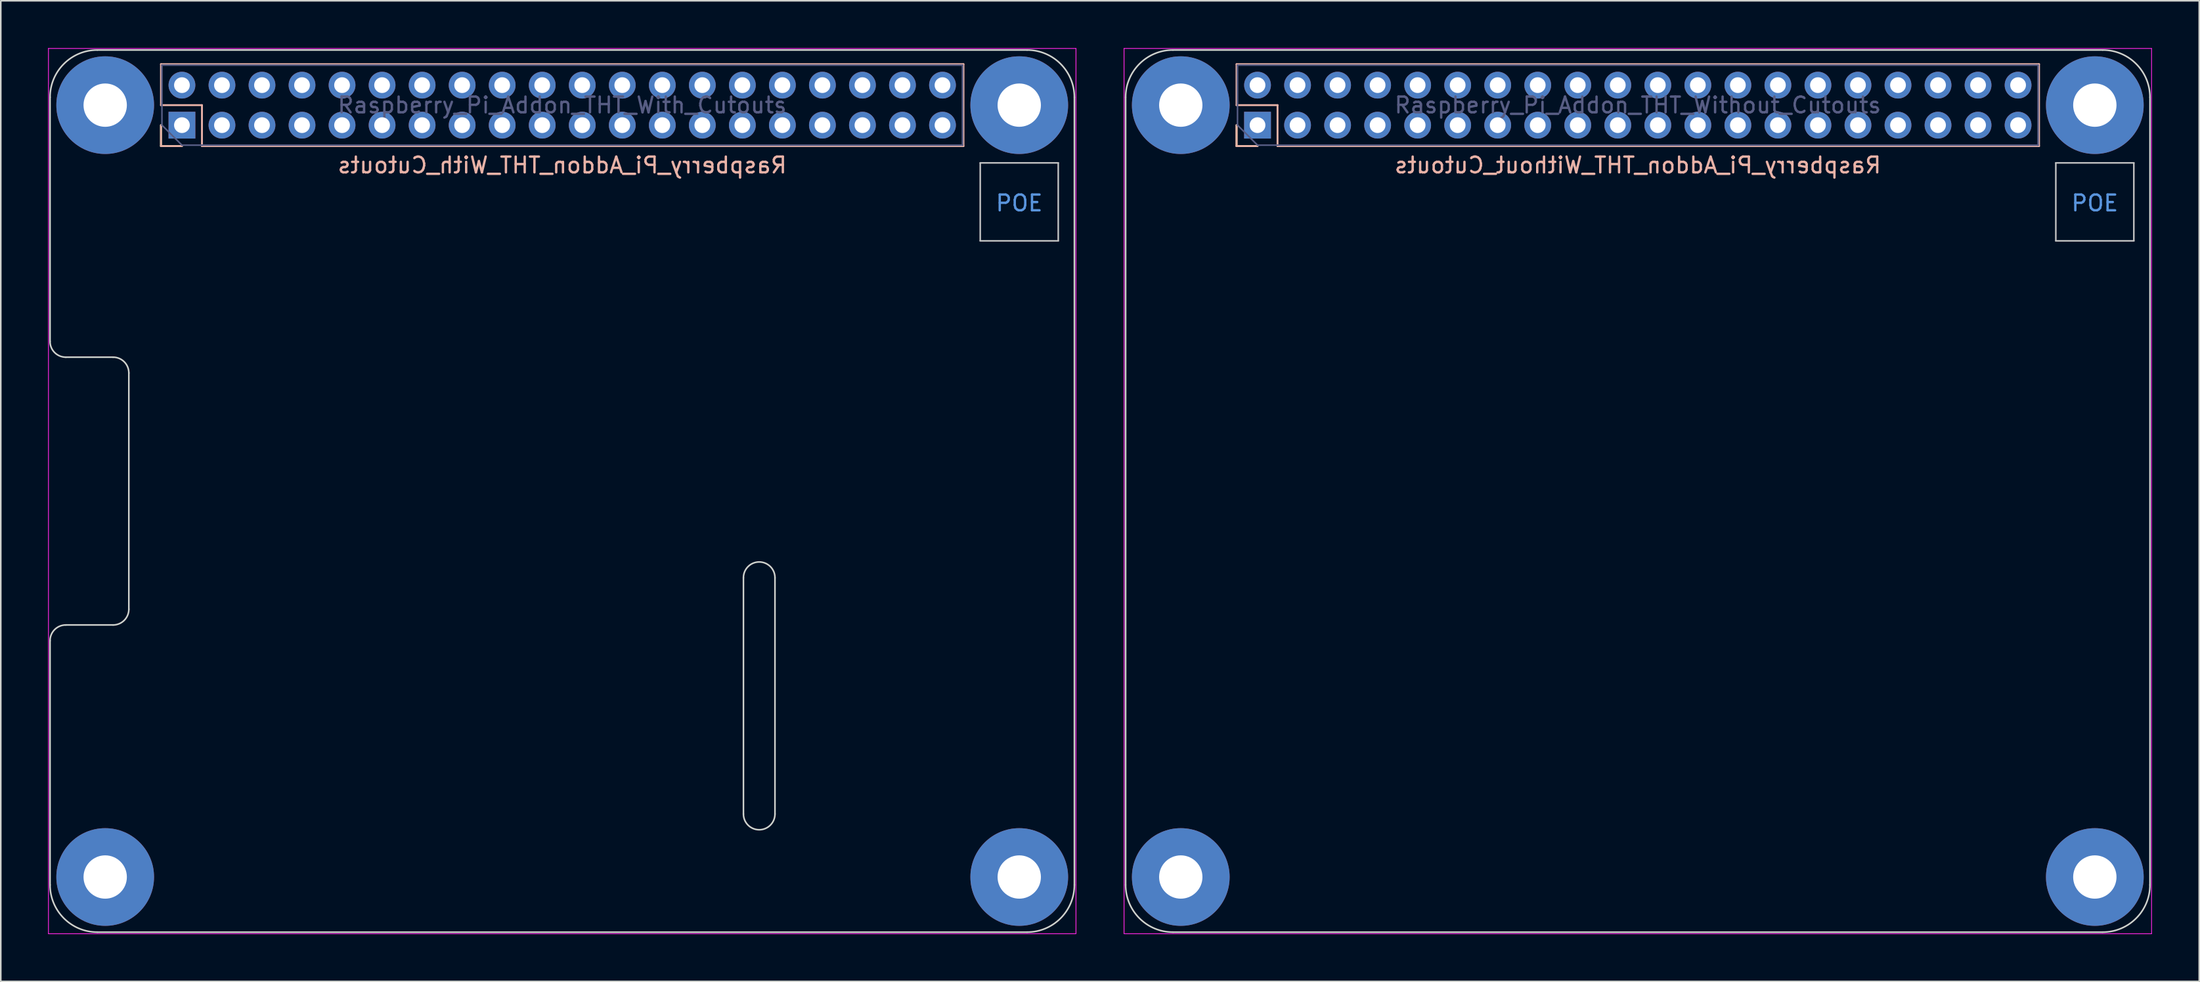
<source format=kicad_pcb>
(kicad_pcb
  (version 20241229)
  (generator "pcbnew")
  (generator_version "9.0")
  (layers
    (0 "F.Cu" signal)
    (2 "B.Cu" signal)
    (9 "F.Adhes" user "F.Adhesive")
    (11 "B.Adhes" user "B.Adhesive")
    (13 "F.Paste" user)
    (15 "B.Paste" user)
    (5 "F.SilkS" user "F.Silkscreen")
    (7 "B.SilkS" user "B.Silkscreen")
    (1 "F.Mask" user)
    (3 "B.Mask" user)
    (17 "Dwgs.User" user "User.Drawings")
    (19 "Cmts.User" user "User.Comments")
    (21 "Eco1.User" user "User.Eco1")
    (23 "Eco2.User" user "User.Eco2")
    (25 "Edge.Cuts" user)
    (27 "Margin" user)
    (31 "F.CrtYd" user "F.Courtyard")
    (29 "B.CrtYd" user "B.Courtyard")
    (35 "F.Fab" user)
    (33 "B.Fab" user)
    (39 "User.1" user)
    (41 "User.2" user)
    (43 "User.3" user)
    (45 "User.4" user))
  (footprint "Raspberry_Pi_Addon_THT_With_Cutouts"
    (layer "F.Cu")
    (at 8.495 4.895)
    (property "Reference" "Raspberry_Pi_Addon_THT_With_Cutouts" (at 24.13 2.54 0) (layer "B.SilkS") (effects (font (size 1 1) (thickness 0.15)) (justify mirror)))
    (attr through_hole)
    (fp_line (start -1.33 1.33) (end -1.33 0) (stroke (width 0.12) (type solid)) (layer "F.SilkS"))
    (fp_line (start 0 1.33) (end -1.33 1.33) (stroke (width 0.12) (type solid)) (layer "F.SilkS"))
    (fp_line (start -1.33 -3.87) (end 49.59 -3.87) (stroke (width 0.12) (type solid)) (layer "B.SilkS"))
    (fp_line (start -1.33 -1.27) (end -1.33 -3.87) (stroke (width 0.12) (type solid)) (layer "B.SilkS"))
    (fp_line (start -1.33 1.33) (end -1.33 0) (stroke (width 0.12) (type solid)) (layer "B.SilkS"))
    (fp_line (start 0 1.33) (end -1.33 1.33) (stroke (width 0.12) (type solid)) (layer "B.SilkS"))
    (fp_line (start 1.27 -1.27) (end -1.33 -1.27) (stroke (width 0.12) (type solid)) (layer "B.SilkS"))
    (fp_line (start 1.27 1.33) (end 1.27 -1.27) (stroke (width 0.12) (type solid)) (layer "B.SilkS"))
    (fp_line (start 1.27 1.33) (end 49.59 1.33) (stroke (width 0.12) (type solid)) (layer "B.SilkS"))
    (fp_line (start 49.59 1.33) (end 49.59 -3.87) (stroke (width 0.12) (type solid)) (layer "B.SilkS"))
    (fp_line (start 50.655 2.395) (end 55.605 2.395) (stroke (width 0.1) (type solid)) (layer "Dwgs.User"))
    (fp_line (start 50.655 7.345) (end 50.655 2.395) (stroke (width 0.1) (type solid)) (layer "Dwgs.User"))
    (fp_line (start 55.605 2.395) (end 55.605 7.345) (stroke (width 0.1) (type solid)) (layer "Dwgs.User"))
    (fp_line (start 55.605 7.345) (end 50.655 7.345) (stroke (width 0.1) (type solid)) (layer "Dwgs.User"))
    (fp_line (start -8.37 13.73) (end -8.37 -1.77) (stroke (width 0.1) (type solid)) (layer "Edge.Cuts"))
    (fp_line (start -8.37 48.23) (end -8.37 32.73) (stroke (width 0.1) (type solid)) (layer "Edge.Cuts"))
    (fp_line (start -7.37 14.73) (end -4.37 14.73) (stroke (width 0.1) (type solid)) (layer "Edge.Cuts"))
    (fp_line (start -7.37 31.73) (end -4.37 31.73) (stroke (width 0.1) (type solid)) (layer "Edge.Cuts"))
    (fp_line (start -5.37 -4.77) (end 53.63 -4.77) (stroke (width 0.1) (type solid)) (layer "Edge.Cuts"))
    (fp_line (start -3.37 30.73) (end -3.37 15.73) (stroke (width 0.1) (type solid)) (layer "Edge.Cuts"))
    (fp_line (start 35.63 28.73) (end 35.63 43.73) (stroke (width 0.1) (type solid)) (layer "Edge.Cuts"))
    (fp_line (start 37.63 28.73) (end 37.63 43.73) (stroke (width 0.1) (type solid)) (layer "Edge.Cuts"))
    (fp_line (start 53.63 51.23) (end -5.37 51.23) (stroke (width 0.1) (type solid)) (layer "Edge.Cuts"))
    (fp_line (start 56.63 -1.77) (end 56.63 48.23) (stroke (width 0.1) (type solid)) (layer "Edge.Cuts"))
    (fp_arc (start -8.37 -1.77) (mid -7.49132 -3.89132) (end -5.37 -4.77) (stroke (width 0.1) (type solid)) (layer "Edge.Cuts"))
    (fp_arc (start -8.37 32.73) (mid -8.077107 32.022893) (end -7.37 31.73) (stroke (width 0.1) (type solid)) (layer "Edge.Cuts"))
    (fp_arc (start -7.37 14.73) (mid -8.077107 14.437107) (end -8.37 13.73) (stroke (width 0.1) (type solid)) (layer "Edge.Cuts"))
    (fp_arc (start -5.37 51.23) (mid -7.49132 50.35132) (end -8.37 48.23) (stroke (width 0.1) (type solid)) (layer "Edge.Cuts"))
    (fp_arc (start -4.37 14.73) (mid -3.662893 15.022893) (end -3.37 15.73) (stroke (width 0.1) (type solid)) (layer "Edge.Cuts"))
    (fp_arc (start -3.37 30.73) (mid -3.662893 31.437107) (end -4.37 31.73) (stroke (width 0.1) (type solid)) (layer "Edge.Cuts"))
    (fp_arc (start 35.63 28.73) (mid 36.63 27.73) (end 37.63 28.73) (stroke (width 0.1) (type solid)) (layer "Edge.Cuts"))
    (fp_arc (start 37.63 43.73) (mid 36.63 44.73) (end 35.63 43.73) (stroke (width 0.1) (type solid)) (layer "Edge.Cuts"))
    (fp_arc (start 53.63 -4.77) (mid 55.75132 -3.89132) (end 56.63 -1.77) (stroke (width 0.1) (type solid)) (layer "Edge.Cuts"))
    (fp_arc (start 56.63 48.23) (mid 55.75132 50.35132) (end 53.63 51.23) (stroke (width 0.1) (type solid)) (layer "Edge.Cuts"))
    (fp_line (start -8.47 -4.87) (end -8.47 51.33) (stroke (width 0.05) (type solid)) (layer "F.CrtYd"))
    (fp_line (start -8.47 -4.87) (end 56.73 -4.87) (stroke (width 0.05) (type solid)) (layer "F.CrtYd"))
    (fp_line (start 56.73 51.33) (end -8.47 51.33) (stroke (width 0.05) (type solid)) (layer "F.CrtYd"))
    (fp_line (start 56.73 51.33) (end 56.73 -4.87) (stroke (width 0.05) (type solid)) (layer "F.CrtYd"))
    (fp_line (start -1.27 -3.81) (end 49.53 -3.81) (stroke (width 0.1) (type solid)) (layer "B.Fab"))
    (fp_line (start -1.27 0) (end -1.27 -3.81) (stroke (width 0.1) (type solid)) (layer "B.Fab"))
    (fp_line (start 0 1.27) (end -1.27 0) (stroke (width 0.1) (type solid)) (layer "B.Fab"))
    (fp_line (start 49.53 -3.81) (end 49.53 1.27) (stroke (width 0.1) (type solid)) (layer "B.Fab"))
    (fp_line (start 49.53 1.27) (end 0 1.27) (stroke (width 0.1) (type solid)) (layer "B.Fab"))
    (fp_text user "POE" (at 53.13 4.95 0) (layer "Cmts.User") (effects (font (size 1 1) (thickness 0.15))))
    (fp_text user "${REFERENCE}" (at 24.13 -1.27 0) (layer "B.Fab") (effects (font (size 1 1) (thickness 0.15))))
    (pad "" np_thru_hole circle (at -4.87 -1.27) (size 6.2 6.2) (drill 2.75) (layers "*.Cu" "*.Mask"))
    (pad "" np_thru_hole circle (at -4.87 47.73) (size 6.2 6.2) (drill 2.75) (layers "*.Cu" "*.Mask"))
    (pad "" np_thru_hole circle (at 53.13 -1.27) (size 6.2 6.2) (drill 2.75) (layers "*.Cu" "*.Mask"))
    (pad "" np_thru_hole circle (at 53.13 47.73) (size 6.2 6.2) (drill 2.75) (layers "*.Cu" "*.Mask"))
    (pad "1" thru_hole rect (at 0 0 90) (size 1.7 1.7) (drill 1) (layers "*.Cu" "*.Mask"))
    (pad "2" thru_hole oval (at 0 -2.54 90) (size 1.7 1.7) (drill 1) (layers "*.Cu" "*.Mask"))
    (pad "3" thru_hole oval (at 2.54 0 90) (size 1.7 1.7) (drill 1) (layers "*.Cu" "*.Mask"))
    (pad "4" thru_hole oval (at 2.54 -2.54 90) (size 1.7 1.7) (drill 1) (layers "*.Cu" "*.Mask"))
    (pad "5" thru_hole oval (at 5.08 0 90) (size 1.7 1.7) (drill 1) (layers "*.Cu" "*.Mask"))
    (pad "6" thru_hole oval (at 5.08 -2.54 90) (size 1.7 1.7) (drill 1) (layers "*.Cu" "*.Mask"))
    (pad "7" thru_hole oval (at 7.62 0 90) (size 1.7 1.7) (drill 1) (layers "*.Cu" "*.Mask"))
    (pad "8" thru_hole oval (at 7.62 -2.54 90) (size 1.7 1.7) (drill 1) (layers "*.Cu" "*.Mask"))
    (pad "9" thru_hole oval (at 10.16 0 90) (size 1.7 1.7) (drill 1) (layers "*.Cu" "*.Mask"))
    (pad "10" thru_hole oval (at 10.16 -2.54 90) (size 1.7 1.7) (drill 1) (layers "*.Cu" "*.Mask"))
    (pad "11" thru_hole oval (at 12.7 0 90) (size 1.7 1.7) (drill 1) (layers "*.Cu" "*.Mask"))
    (pad "12" thru_hole oval (at 12.7 -2.54 90) (size 1.7 1.7) (drill 1) (layers "*.Cu" "*.Mask"))
    (pad "13" thru_hole oval (at 15.24 0 90) (size 1.7 1.7) (drill 1) (layers "*.Cu" "*.Mask"))
    (pad "14" thru_hole oval (at 15.24 -2.54 90) (size 1.7 1.7) (drill 1) (layers "*.Cu" "*.Mask"))
    (pad "15" thru_hole oval (at 17.78 0 90) (size 1.7 1.7) (drill 1) (layers "*.Cu" "*.Mask"))
    (pad "16" thru_hole oval (at 17.78 -2.54 90) (size 1.7 1.7) (drill 1) (layers "*.Cu" "*.Mask"))
    (pad "17" thru_hole oval (at 20.32 0 90) (size 1.7 1.7) (drill 1) (layers "*.Cu" "*.Mask"))
    (pad "18" thru_hole oval (at 20.32 -2.54 90) (size 1.7 1.7) (drill 1) (layers "*.Cu" "*.Mask"))
    (pad "19" thru_hole oval (at 22.86 0 90) (size 1.7 1.7) (drill 1) (layers "*.Cu" "*.Mask"))
    (pad "20" thru_hole oval (at 22.86 -2.54 90) (size 1.7 1.7) (drill 1) (layers "*.Cu" "*.Mask"))
    (pad "21" thru_hole oval (at 25.4 0 90) (size 1.7 1.7) (drill 1) (layers "*.Cu" "*.Mask"))
    (pad "22" thru_hole oval (at 25.4 -2.54 90) (size 1.7 1.7) (drill 1) (layers "*.Cu" "*.Mask"))
    (pad "23" thru_hole oval (at 27.94 0 90) (size 1.7 1.7) (drill 1) (layers "*.Cu" "*.Mask"))
    (pad "24" thru_hole oval (at 27.94 -2.54 90) (size 1.7 1.7) (drill 1) (layers "*.Cu" "*.Mask"))
    (pad "25" thru_hole oval (at 30.48 0 90) (size 1.7 1.7) (drill 1) (layers "*.Cu" "*.Mask"))
    (pad "26" thru_hole oval (at 30.48 -2.54 90) (size 1.7 1.7) (drill 1) (layers "*.Cu" "*.Mask"))
    (pad "27" thru_hole oval (at 33.02 0 90) (size 1.7 1.7) (drill 1) (layers "*.Cu" "*.Mask"))
    (pad "28" thru_hole oval (at 33.02 -2.54 90) (size 1.7 1.7) (drill 1) (layers "*.Cu" "*.Mask"))
    (pad "29" thru_hole oval (at 35.56 0 90) (size 1.7 1.7) (drill 1) (layers "*.Cu" "*.Mask"))
    (pad "30" thru_hole oval (at 35.56 -2.54 90) (size 1.7 1.7) (drill 1) (layers "*.Cu" "*.Mask"))
    (pad "31" thru_hole oval (at 38.1 0 90) (size 1.7 1.7) (drill 1) (layers "*.Cu" "*.Mask"))
    (pad "32" thru_hole oval (at 38.1 -2.54 90) (size 1.7 1.7) (drill 1) (layers "*.Cu" "*.Mask"))
    (pad "33" thru_hole oval (at 40.64 0 90) (size 1.7 1.7) (drill 1) (layers "*.Cu" "*.Mask"))
    (pad "34" thru_hole oval (at 40.64 -2.54 90) (size 1.7 1.7) (drill 1) (layers "*.Cu" "*.Mask"))
    (pad "35" thru_hole oval (at 43.18 0 90) (size 1.7 1.7) (drill 1) (layers "*.Cu" "*.Mask"))
    (pad "36" thru_hole oval (at 43.18 -2.54 90) (size 1.7 1.7) (drill 1) (layers "*.Cu" "*.Mask"))
    (pad "37" thru_hole oval (at 45.72 0 90) (size 1.7 1.7) (drill 1) (layers "*.Cu" "*.Mask"))
    (pad "38" thru_hole oval (at 45.72 -2.54 90) (size 1.7 1.7) (drill 1) (layers "*.Cu" "*.Mask"))
    (pad "39" thru_hole oval (at 48.26 0 90) (size 1.7 1.7) (drill 1) (layers "*.Cu" "*.Mask"))
    (pad "40" thru_hole oval (at 48.26 -2.54 90) (size 1.7 1.7) (drill 1) (layers "*.Cu" "*.Mask")))
  (footprint "Raspberry_Pi_Addon_THT_Without_Cutouts"
    (layer "F.Cu")
    (at 76.745 4.895)
    (property "Reference" "Raspberry_Pi_Addon_THT_Without_Cutouts" (at 24.13 2.54 0) (layer "B.SilkS") (effects (font (size 1 1) (thickness 0.15)) (justify mirror)))
    (attr through_hole)
    (fp_line (start -1.33 1.33) (end -1.33 0) (stroke (width 0.12) (type solid)) (layer "F.SilkS"))
    (fp_line (start 0 1.33) (end -1.33 1.33) (stroke (width 0.12) (type solid)) (layer "F.SilkS"))
    (fp_line (start -1.33 -3.87) (end 49.59 -3.87) (stroke (width 0.12) (type solid)) (layer "B.SilkS"))
    (fp_line (start -1.33 -1.27) (end -1.33 -3.87) (stroke (width 0.12) (type solid)) (layer "B.SilkS"))
    (fp_line (start -1.33 1.33) (end -1.33 0) (stroke (width 0.12) (type solid)) (layer "B.SilkS"))
    (fp_line (start 0 1.33) (end -1.33 1.33) (stroke (width 0.12) (type solid)) (layer "B.SilkS"))
    (fp_line (start 1.27 -1.27) (end -1.33 -1.27) (stroke (width 0.12) (type solid)) (layer "B.SilkS"))
    (fp_line (start 1.27 1.33) (end 1.27 -1.27) (stroke (width 0.12) (type solid)) (layer "B.SilkS"))
    (fp_line (start 1.27 1.33) (end 49.59 1.33) (stroke (width 0.12) (type solid)) (layer "B.SilkS"))
    (fp_line (start 49.59 1.33) (end 49.59 -3.87) (stroke (width 0.12) (type solid)) (layer "B.SilkS"))
    (fp_line (start 50.655 2.395) (end 55.605 2.395) (stroke (width 0.1) (type solid)) (layer "Dwgs.User"))
    (fp_line (start 50.655 7.345) (end 50.655 2.395) (stroke (width 0.1) (type solid)) (layer "Dwgs.User"))
    (fp_line (start 55.605 2.395) (end 55.605 7.345) (stroke (width 0.1) (type solid)) (layer "Dwgs.User"))
    (fp_line (start 55.605 7.345) (end 50.655 7.345) (stroke (width 0.1) (type solid)) (layer "Dwgs.User"))
    (fp_line (start -8.37 48.23) (end -8.37 -1.77) (stroke (width 0.1) (type solid)) (layer "Edge.Cuts"))
    (fp_line (start -5.37 -4.77) (end 53.63 -4.77) (stroke (width 0.1) (type solid)) (layer "Edge.Cuts"))
    (fp_line (start 53.63 51.23) (end -5.37 51.23) (stroke (width 0.1) (type solid)) (layer "Edge.Cuts"))
    (fp_line (start 56.63 -1.77) (end 56.63 48.23) (stroke (width 0.1) (type solid)) (layer "Edge.Cuts"))
    (fp_arc (start -8.37 -1.77) (mid -7.49132 -3.89132) (end -5.37 -4.77) (stroke (width 0.1) (type solid)) (layer "Edge.Cuts"))
    (fp_arc (start -5.37 51.23) (mid -7.49132 50.35132) (end -8.37 48.23) (stroke (width 0.1) (type solid)) (layer "Edge.Cuts"))
    (fp_arc (start 53.63 -4.77) (mid 55.75132 -3.89132) (end 56.63 -1.77) (stroke (width 0.1) (type solid)) (layer "Edge.Cuts"))
    (fp_arc (start 56.63 48.23) (mid 55.75132 50.35132) (end 53.63 51.23) (stroke (width 0.1) (type solid)) (layer "Edge.Cuts"))
    (fp_line (start -8.47 -4.87) (end -8.47 51.33) (stroke (width 0.05) (type solid)) (layer "F.CrtYd"))
    (fp_line (start -8.47 -4.87) (end 56.73 -4.87) (stroke (width 0.05) (type solid)) (layer "F.CrtYd"))
    (fp_line (start 56.73 51.33) (end -8.47 51.33) (stroke (width 0.05) (type solid)) (layer "F.CrtYd"))
    (fp_line (start 56.73 51.33) (end 56.73 -4.87) (stroke (width 0.05) (type solid)) (layer "F.CrtYd"))
    (fp_line (start -1.27 -3.81) (end 49.53 -3.81) (stroke (width 0.1) (type solid)) (layer "B.Fab"))
    (fp_line (start -1.27 0) (end -1.27 -3.81) (stroke (width 0.1) (type solid)) (layer "B.Fab"))
    (fp_line (start 0 1.27) (end -1.27 0) (stroke (width 0.1) (type solid)) (layer "B.Fab"))
    (fp_line (start 49.53 -3.81) (end 49.53 1.27) (stroke (width 0.1) (type solid)) (layer "B.Fab"))
    (fp_line (start 49.53 1.27) (end 0 1.27) (stroke (width 0.1) (type solid)) (layer "B.Fab"))
    (fp_text user "POE" (at 53.13 4.95 0) (layer "Cmts.User") (effects (font (size 1 1) (thickness 0.15))))
    (fp_text user "${REFERENCE}" (at 24.13 -1.27 0) (layer "B.Fab") (effects (font (size 1 1) (thickness 0.15))))
    (pad "" np_thru_hole circle (at -4.87 -1.27) (size 6.2 6.2) (drill 2.75) (layers "*.Cu" "*.Mask"))
    (pad "" np_thru_hole circle (at -4.87 47.73) (size 6.2 6.2) (drill 2.75) (layers "*.Cu" "*.Mask"))
    (pad "" np_thru_hole circle (at 53.13 -1.27) (size 6.2 6.2) (drill 2.75) (layers "*.Cu" "*.Mask"))
    (pad "" np_thru_hole circle (at 53.13 47.73) (size 6.2 6.2) (drill 2.75) (layers "*.Cu" "*.Mask"))
    (pad "1" thru_hole rect (at 0 0 90) (size 1.7 1.7) (drill 1) (layers "*.Cu" "*.Mask"))
    (pad "2" thru_hole oval (at 0 -2.54 90) (size 1.7 1.7) (drill 1) (layers "*.Cu" "*.Mask"))
    (pad "3" thru_hole oval (at 2.54 0 90) (size 1.7 1.7) (drill 1) (layers "*.Cu" "*.Mask"))
    (pad "4" thru_hole oval (at 2.54 -2.54 90) (size 1.7 1.7) (drill 1) (layers "*.Cu" "*.Mask"))
    (pad "5" thru_hole oval (at 5.08 0 90) (size 1.7 1.7) (drill 1) (layers "*.Cu" "*.Mask"))
    (pad "6" thru_hole oval (at 5.08 -2.54 90) (size 1.7 1.7) (drill 1) (layers "*.Cu" "*.Mask"))
    (pad "7" thru_hole oval (at 7.62 0 90) (size 1.7 1.7) (drill 1) (layers "*.Cu" "*.Mask"))
    (pad "8" thru_hole oval (at 7.62 -2.54 90) (size 1.7 1.7) (drill 1) (layers "*.Cu" "*.Mask"))
    (pad "9" thru_hole oval (at 10.16 0 90) (size 1.7 1.7) (drill 1) (layers "*.Cu" "*.Mask"))
    (pad "10" thru_hole oval (at 10.16 -2.54 90) (size 1.7 1.7) (drill 1) (layers "*.Cu" "*.Mask"))
    (pad "11" thru_hole oval (at 12.7 0 90) (size 1.7 1.7) (drill 1) (layers "*.Cu" "*.Mask"))
    (pad "12" thru_hole oval (at 12.7 -2.54 90) (size 1.7 1.7) (drill 1) (layers "*.Cu" "*.Mask"))
    (pad "13" thru_hole oval (at 15.24 0 90) (size 1.7 1.7) (drill 1) (layers "*.Cu" "*.Mask"))
    (pad "14" thru_hole oval (at 15.24 -2.54 90) (size 1.7 1.7) (drill 1) (layers "*.Cu" "*.Mask"))
    (pad "15" thru_hole oval (at 17.78 0 90) (size 1.7 1.7) (drill 1) (layers "*.Cu" "*.Mask"))
    (pad "16" thru_hole oval (at 17.78 -2.54 90) (size 1.7 1.7) (drill 1) (layers "*.Cu" "*.Mask"))
    (pad "17" thru_hole oval (at 20.32 0 90) (size 1.7 1.7) (drill 1) (layers "*.Cu" "*.Mask"))
    (pad "18" thru_hole oval (at 20.32 -2.54 90) (size 1.7 1.7) (drill 1) (layers "*.Cu" "*.Mask"))
    (pad "19" thru_hole oval (at 22.86 0 90) (size 1.7 1.7) (drill 1) (layers "*.Cu" "*.Mask"))
    (pad "20" thru_hole oval (at 22.86 -2.54 90) (size 1.7 1.7) (drill 1) (layers "*.Cu" "*.Mask"))
    (pad "21" thru_hole oval (at 25.4 0 90) (size 1.7 1.7) (drill 1) (layers "*.Cu" "*.Mask"))
    (pad "22" thru_hole oval (at 25.4 -2.54 90) (size 1.7 1.7) (drill 1) (layers "*.Cu" "*.Mask"))
    (pad "23" thru_hole oval (at 27.94 0 90) (size 1.7 1.7) (drill 1) (layers "*.Cu" "*.Mask"))
    (pad "24" thru_hole oval (at 27.94 -2.54 90) (size 1.7 1.7) (drill 1) (layers "*.Cu" "*.Mask"))
    (pad "25" thru_hole oval (at 30.48 0 90) (size 1.7 1.7) (drill 1) (layers "*.Cu" "*.Mask"))
    (pad "26" thru_hole oval (at 30.48 -2.54 90) (size 1.7 1.7) (drill 1) (layers "*.Cu" "*.Mask"))
    (pad "27" thru_hole oval (at 33.02 0 90) (size 1.7 1.7) (drill 1) (layers "*.Cu" "*.Mask"))
    (pad "28" thru_hole oval (at 33.02 -2.54 90) (size 1.7 1.7) (drill 1) (layers "*.Cu" "*.Mask"))
    (pad "29" thru_hole oval (at 35.56 0 90) (size 1.7 1.7) (drill 1) (layers "*.Cu" "*.Mask"))
    (pad "30" thru_hole oval (at 35.56 -2.54 90) (size 1.7 1.7) (drill 1) (layers "*.Cu" "*.Mask"))
    (pad "31" thru_hole oval (at 38.1 0 90) (size 1.7 1.7) (drill 1) (layers "*.Cu" "*.Mask"))
    (pad "32" thru_hole oval (at 38.1 -2.54 90) (size 1.7 1.7) (drill 1) (layers "*.Cu" "*.Mask"))
    (pad "33" thru_hole oval (at 40.64 0 90) (size 1.7 1.7) (drill 1) (layers "*.Cu" "*.Mask"))
    (pad "34" thru_hole oval (at 40.64 -2.54 90) (size 1.7 1.7) (drill 1) (layers "*.Cu" "*.Mask"))
    (pad "35" thru_hole oval (at 43.18 0 90) (size 1.7 1.7) (drill 1) (layers "*.Cu" "*.Mask"))
    (pad "36" thru_hole oval (at 43.18 -2.54 90) (size 1.7 1.7) (drill 1) (layers "*.Cu" "*.Mask"))
    (pad "37" thru_hole oval (at 45.72 0 90) (size 1.7 1.7) (drill 1) (layers "*.Cu" "*.Mask"))
    (pad "38" thru_hole oval (at 45.72 -2.54 90) (size 1.7 1.7) (drill 1) (layers "*.Cu" "*.Mask"))
    (pad "39" thru_hole oval (at 48.26 0 90) (size 1.7 1.7) (drill 1) (layers "*.Cu" "*.Mask"))
    (pad "40" thru_hole oval (at 48.26 -2.54 90) (size 1.7 1.7) (drill 1) (layers "*.Cu" "*.Mask")))
  (gr_rect
    (start -3 -3)
    (end 136.5 59.25)
    (stroke (width 0.1) (type default))
    (fill no)
    (layer "Edge.Cuts")))
</source>
